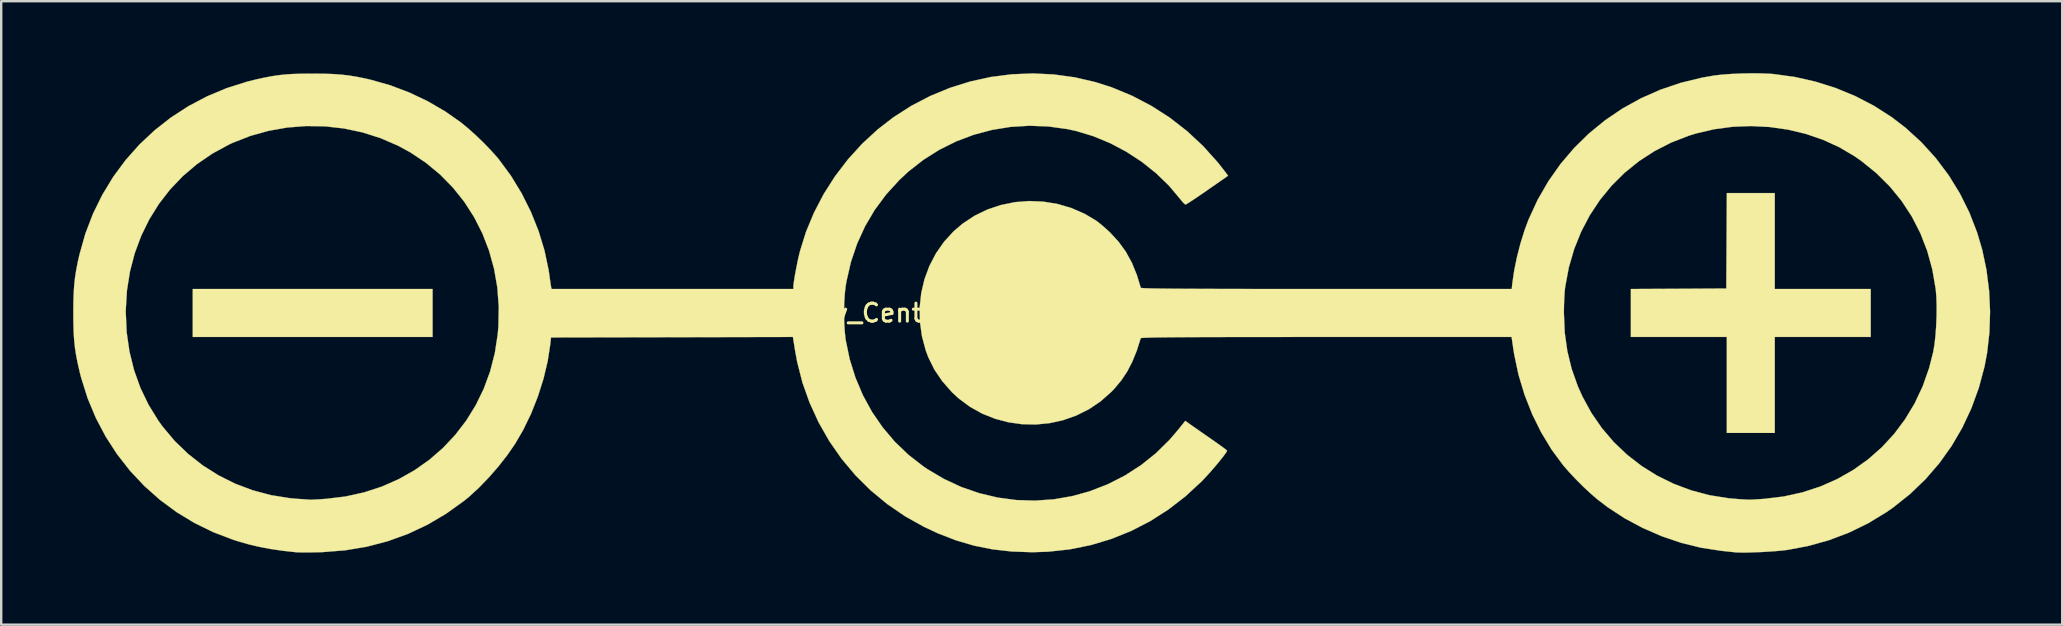
<source format=kicad_pcb>
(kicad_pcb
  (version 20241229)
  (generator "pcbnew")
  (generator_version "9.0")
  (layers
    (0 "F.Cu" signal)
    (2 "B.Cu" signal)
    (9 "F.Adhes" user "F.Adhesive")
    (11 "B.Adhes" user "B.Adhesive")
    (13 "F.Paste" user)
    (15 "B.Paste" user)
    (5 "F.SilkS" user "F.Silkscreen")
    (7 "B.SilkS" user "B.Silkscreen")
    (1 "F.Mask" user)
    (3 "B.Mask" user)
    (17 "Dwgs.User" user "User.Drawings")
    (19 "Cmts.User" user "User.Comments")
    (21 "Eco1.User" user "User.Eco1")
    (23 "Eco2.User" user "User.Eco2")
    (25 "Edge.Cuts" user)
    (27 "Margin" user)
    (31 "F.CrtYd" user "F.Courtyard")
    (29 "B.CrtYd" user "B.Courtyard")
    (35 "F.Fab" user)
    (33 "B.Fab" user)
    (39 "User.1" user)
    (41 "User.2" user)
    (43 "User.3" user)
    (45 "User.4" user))
  (footprint "Polarity_Center_Positive_20mm_SilkScreen"
    (layer "F.Cu")
    (at 39.915 9.99)
    (property "Reference" "Polarity_Center_Positive_20mm_SilkScreen" (at 0 0 0) (layer "F.SilkS") (effects (font (size 0.75 0.75) (thickness 0.125))))
    (attr exclude_from_pos_files exclude_from_bom allow_missing_courtyard)
    (fp_poly (pts (xy -24.942 0.999) (xy -34.935 0.999) (xy -34.935 -0.999) (xy -24.942 -0.999) (xy -24.942 0.999)) (stroke (width 0.01) (type solid)) (fill yes) (layer "F.SilkS"))
    (fp_poly (pts (xy 30.98 -0.999) (xy 34.977 -0.999) (xy 34.977 0.999) (xy 30.98 0.999) (xy 30.98 4.997) (xy 28.981 4.997) (xy 28.981 0.999) (xy 24.984 0.999) (xy 24.984 -0.999) (xy 26.972 -1.009) (xy 28.96 -1.02) (xy 28.971 -3.008) (xy 28.982 -4.997) (xy 30.98 -4.997) (xy 30.98 -0.999)) (stroke (width 0.01) (type solid)) (fill yes) (layer "F.SilkS"))
    (fp_poly (pts (xy 30.382 -9.983) (xy 30.744 -9.969) (xy 30.92 -9.956) (xy 31.808 -9.835) (xy 32.68 -9.638) (xy 33.527 -9.37) (xy 34.344 -9.032) (xy 35.121 -8.627) (xy 35.852 -8.159) (xy 36.434 -7.712) (xy 37.094 -7.108) (xy 37.691 -6.449) (xy 38.224 -5.74) (xy 38.69 -4.984) (xy 39.087 -4.187) (xy 39.411 -3.352) (xy 39.621 -2.644) (xy 39.799 -1.8) (xy 39.909 -0.933) (xy 39.95 -0.058) (xy 39.923 0.811) (xy 39.827 1.66) (xy 39.721 2.223) (xy 39.483 3.113) (xy 39.174 3.964) (xy 38.795 4.774) (xy 38.349 5.539) (xy 37.837 6.256) (xy 37.262 6.923) (xy 36.626 7.535) (xy 35.931 8.09) (xy 35.638 8.295) (xy 34.87 8.761) (xy 34.069 9.152) (xy 33.232 9.469) (xy 32.358 9.711) (xy 31.509 9.871) (xy 31.296 9.897) (xy 31.032 9.921) (xy 30.736 9.942) (xy 30.425 9.96) (xy 30.117 9.972) (xy 29.83 9.98) (xy 29.581 9.981) (xy 29.387 9.976) (xy 29.314 9.97) (xy 29.211 9.958) (xy 29.05 9.941) (xy 28.858 9.921) (xy 28.731 9.907) (xy 27.908 9.781) (xy 27.084 9.578) (xy 26.271 9.302) (xy 25.481 8.959) (xy 24.724 8.554) (xy 24.015 8.091) (xy 23.589 7.765) (xy 23.317 7.531) (xy 23.019 7.254) (xy 22.718 6.955) (xy 22.437 6.658) (xy 22.196 6.384) (xy 22.168 6.35) (xy 21.682 5.693) (xy 21.249 4.978) (xy 20.872 4.215) (xy 20.556 3.413) (xy 20.305 2.582) (xy 20.124 1.732) (xy 20.089 1.509) (xy 20.014 0.999) (xy 12.296 0.999) (xy 11.32 0.999) (xy 10.425 1) (xy 9.608 1) (xy 8.864 1.001) (xy 8.192 1.002) (xy 7.588 1.004) (xy 7.049 1.005) (xy 6.572 1.007) (xy 6.155 1.01) (xy 5.793 1.012) (xy 5.485 1.016) (xy 5.227 1.019) (xy 5.016 1.023) (xy 4.849 1.028) (xy 4.724 1.033) (xy 4.636 1.038) (xy 4.584 1.044) (xy 4.563 1.051) (xy 4.563 1.051) (xy 4.395 1.578) (xy 4.209 2.036) (xy 3.998 2.442) (xy 3.752 2.81) (xy 3.464 3.155) (xy 3.333 3.291) (xy 2.885 3.687) (xy 2.397 4.014) (xy 1.876 4.274) (xy 1.33 4.466) (xy 0.767 4.59) (xy 0.193 4.646) (xy -0.382 4.634) (xy -0.953 4.554) (xy -1.51 4.406) (xy -2.047 4.191) (xy -2.556 3.907) (xy -3.029 3.555) (xy -3.303 3.301) (xy -3.707 2.842) (xy -4.034 2.359) (xy -4.289 1.843) (xy -4.393 1.565) (xy -4.554 0.964) (xy -4.637 0.358) (xy -4.642 0.014) (xy 22.194 0.014) (xy 22.229 0.82) (xy 22.337 1.589) (xy 22.518 2.331) (xy 22.775 3.054) (xy 22.964 3.477) (xy 23.34 4.164) (xy 23.779 4.801) (xy 24.277 5.384) (xy 24.831 5.91) (xy 25.435 6.377) (xy 26.085 6.782) (xy 26.776 7.121) (xy 27.505 7.393) (xy 28.267 7.594) (xy 29.058 7.72) (xy 29.522 7.759) (xy 29.672 7.767) (xy 29.804 7.775) (xy 29.855 7.778) (xy 29.935 7.778) (xy 30.078 7.773) (xy 30.266 7.762) (xy 30.481 7.748) (xy 30.529 7.745) (xy 31.346 7.647) (xy 32.131 7.474) (xy 32.879 7.23) (xy 33.587 6.917) (xy 34.252 6.539) (xy 34.87 6.098) (xy 35.438 5.597) (xy 35.953 5.04) (xy 36.41 4.428) (xy 36.808 3.766) (xy 37.142 3.056) (xy 37.409 2.301) (xy 37.581 1.624) (xy 37.634 1.311) (xy 37.676 0.939) (xy 37.705 0.531) (xy 37.722 0.11) (xy 37.724 -0.301) (xy 37.712 -0.679) (xy 37.686 -0.988) (xy 37.546 -1.803) (xy 37.333 -2.581) (xy 37.048 -3.318) (xy 36.692 -4.014) (xy 36.267 -4.665) (xy 35.773 -5.271) (xy 35.213 -5.827) (xy 34.587 -6.333) (xy 34.311 -6.526) (xy 33.674 -6.903) (xy 32.993 -7.215) (xy 32.276 -7.461) (xy 31.531 -7.639) (xy 30.768 -7.748) (xy 29.995 -7.788) (xy 29.221 -7.758) (xy 28.454 -7.656) (xy 27.702 -7.481) (xy 27.399 -7.387) (xy 26.659 -7.099) (xy 25.964 -6.742) (xy 25.317 -6.322) (xy 24.722 -5.841) (xy 24.181 -5.303) (xy 23.697 -4.713) (xy 23.274 -4.075) (xy 22.915 -3.391) (xy 22.623 -2.667) (xy 22.401 -1.905) (xy 22.252 -1.111) (xy 22.237 -1) (xy 22.222 -0.829) (xy 22.209 -0.601) (xy 22.199 -0.341) (xy 22.194 -0.075) (xy 22.194 0.014) (xy -4.642 0.014) (xy -4.646 -0.245) (xy -4.581 -0.838) (xy -4.445 -1.414) (xy -4.239 -1.966) (xy -3.967 -2.487) (xy -3.63 -2.969) (xy -3.231 -3.405) (xy -2.86 -3.721) (xy -2.36 -4.051) (xy -1.824 -4.311) (xy -1.26 -4.5) (xy -0.678 -4.618) (xy -0.084 -4.664) (xy 0.511 -4.638) (xy 1.101 -4.541) (xy 1.676 -4.372) (xy 2.228 -4.131) (xy 2.686 -3.86) (xy 2.823 -3.758) (xy 2.993 -3.617) (xy 3.171 -3.46) (xy 3.279 -3.359) (xy 3.639 -2.969) (xy 3.942 -2.552) (xy 4.194 -2.093) (xy 4.403 -1.581) (xy 4.564 -1.051) (xy 4.581 -1.045) (xy 4.629 -1.039) (xy 4.712 -1.033) (xy 4.833 -1.028) (xy 4.994 -1.024) (xy 5.2 -1.02) (xy 5.452 -1.016) (xy 5.754 -1.013) (xy 6.108 -1.01) (xy 6.519 -1.008) (xy 6.988 -1.006) (xy 7.519 -1.004) (xy 8.115 -1.002) (xy 8.779 -1.001) (xy 9.513 -1) (xy 10.322 -1) (xy 11.207 -0.999) (xy 12.172 -0.999) (xy 12.299 -0.999) (xy 20.02 -0.999) (xy 20.049 -1.26) (xy 20.125 -1.782) (xy 20.241 -2.342) (xy 20.388 -2.911) (xy 20.559 -3.458) (xy 20.72 -3.889) (xy 21.098 -4.71) (xy 21.543 -5.482) (xy 22.05 -6.203) (xy 22.617 -6.87) (xy 23.239 -7.48) (xy 23.913 -8.031) (xy 24.636 -8.521) (xy 25.405 -8.945) (xy 26.216 -9.303) (xy 27.065 -9.59) (xy 27.949 -9.805) (xy 28.455 -9.893) (xy 28.774 -9.93) (xy 29.151 -9.958) (xy 29.561 -9.977) (xy 29.98 -9.985) (xy 30.382 -9.983)) (stroke (width 0.01) (type solid)) (fill yes) (layer "F.SilkS"))
    (fp_poly (pts (xy 0.941 -9.938) (xy 1.813 -9.819) (xy 2.673 -9.62) (xy 3.352 -9.403) (xy 4.199 -9.052) (xy 5.008 -8.629) (xy 5.775 -8.136) (xy 6.494 -7.577) (xy 7.164 -6.953) (xy 7.778 -6.269) (xy 8.092 -5.868) (xy 8.202 -5.718) (xy 7.34 -5.118) (xy 7.102 -4.954) (xy 6.886 -4.807) (xy 6.701 -4.684) (xy 6.556 -4.59) (xy 6.462 -4.533) (xy 6.429 -4.518) (xy 6.381 -4.549) (xy 6.302 -4.63) (xy 6.211 -4.743) (xy 5.738 -5.306) (xy 5.2 -5.826) (xy 4.606 -6.299) (xy 3.968 -6.716) (xy 3.294 -7.073) (xy 2.595 -7.363) (xy 1.88 -7.58) (xy 1.516 -7.66) (xy 0.719 -7.771) (xy -0.076 -7.801) (xy -0.863 -7.753) (xy -1.637 -7.627) (xy -2.392 -7.426) (xy -3.122 -7.151) (xy -3.821 -6.804) (xy -4.485 -6.386) (xy -5.107 -5.901) (xy -5.497 -5.538) (xy -6.046 -4.935) (xy -6.522 -4.293) (xy -6.924 -3.61) (xy -7.254 -2.887) (xy -7.512 -2.124) (xy -7.697 -1.319) (xy -7.73 -1.124) (xy -7.767 -0.803) (xy -7.79 -0.428) (xy -7.798 -0.024) (xy -7.792 0.38) (xy -7.771 0.76) (xy -7.735 1.087) (xy -7.731 1.119) (xy -7.564 1.922) (xy -7.324 2.693) (xy -7.013 3.427) (xy -6.634 4.12) (xy -6.189 4.767) (xy -5.682 5.365) (xy -5.115 5.909) (xy -4.49 6.395) (xy -4.33 6.503) (xy -3.636 6.914) (xy -2.913 7.25) (xy -2.166 7.508) (xy -1.402 7.69) (xy -0.626 7.794) (xy 0.156 7.818) (xy 0.939 7.764) (xy 1.717 7.629) (xy 2.433 7.43) (xy 3.187 7.138) (xy 3.902 6.773) (xy 4.574 6.341) (xy 5.197 5.842) (xy 5.767 5.281) (xy 6.109 4.881) (xy 6.419 4.494) (xy 6.613 4.633) (xy 6.709 4.701) (xy 6.859 4.806) (xy 7.048 4.938) (xy 7.262 5.087) (xy 7.485 5.241) (xy 7.692 5.386) (xy 7.873 5.515) (xy 8.019 5.622) (xy 8.118 5.697) (xy 8.16 5.734) (xy 8.161 5.736) (xy 8.135 5.793) (xy 8.061 5.899) (xy 7.95 6.044) (xy 7.811 6.217) (xy 7.653 6.405) (xy 7.486 6.599) (xy 7.318 6.785) (xy 7.16 6.954) (xy 7.101 7.015) (xy 6.426 7.64) (xy 5.709 8.193) (xy 4.954 8.675) (xy 4.163 9.082) (xy 3.34 9.414) (xy 2.488 9.67) (xy 1.609 9.848) (xy 0.709 9.946) (xy 0.042 9.968) (xy -0.807 9.938) (xy -1.61 9.848) (xy -2.382 9.694) (xy -3.138 9.472) (xy -3.892 9.179) (xy -4.466 8.911) (xy -5.256 8.47) (xy -5.998 7.962) (xy -6.689 7.391) (xy -7.325 6.76) (xy -7.901 6.074) (xy -8.415 5.335) (xy -8.862 4.55) (xy -9.236 3.732) (xy -9.531 2.902) (xy -9.749 2.05) (xy -9.836 1.58) (xy -9.929 0.999) (xy -14.969 1.01) (xy -20.008 1.02) (xy -20.039 1.312) (xy -20.148 2.017) (xy -20.322 2.745) (xy -20.554 3.476) (xy -20.836 4.189) (xy -21.162 4.865) (xy -21.506 5.455) (xy -21.829 5.923) (xy -22.2 6.396) (xy -22.6 6.855) (xy -23.014 7.283) (xy -23.425 7.66) (xy -23.622 7.821) (xy -24.368 8.357) (xy -25.146 8.817) (xy -25.957 9.2) (xy -26.8 9.506) (xy -27.674 9.736) (xy -28.58 9.888) (xy -29.518 9.963) (xy -29.71 9.969) (xy -29.964 9.974) (xy -30.201 9.976) (xy -30.404 9.975) (xy -30.554 9.973) (xy -30.626 9.969) (xy -31.19 9.906) (xy -31.693 9.833) (xy -32.153 9.746) (xy -32.594 9.642) (xy -33.035 9.516) (xy -33.249 9.448) (xy -34.078 9.133) (xy -34.867 8.747) (xy -35.613 8.294) (xy -36.311 7.777) (xy -36.958 7.201) (xy -37.551 6.569) (xy -38.086 5.885) (xy -38.56 5.153) (xy -38.97 4.376) (xy -39.312 3.559) (xy -39.582 2.704) (xy -39.637 2.49) (xy -39.722 2.121) (xy -39.789 1.791) (xy -39.838 1.478) (xy -39.873 1.162) (xy -39.895 0.824) (xy -39.907 0.444) (xy -39.91 0) (xy -39.91 -0.021) (xy -37.725 -0.021) (xy -37.687 0.806) (xy -37.571 1.608) (xy -37.38 2.381) (xy -37.115 3.121) (xy -36.776 3.825) (xy -36.365 4.49) (xy -36.19 4.733) (xy -35.686 5.333) (xy -35.126 5.873) (xy -34.515 6.352) (xy -33.859 6.766) (xy -33.164 7.113) (xy -32.434 7.388) (xy -31.676 7.59) (xy -30.895 7.715) (xy -30.584 7.743) (xy -30.389 7.756) (xy -30.219 7.768) (xy -30.095 7.776) (xy -30.043 7.78) (xy -29.972 7.779) (xy -29.836 7.773) (xy -29.653 7.762) (xy -29.44 7.748) (xy -29.379 7.744) (xy -28.569 7.646) (xy -27.792 7.474) (xy -27.05 7.232) (xy -26.347 6.921) (xy -25.687 6.548) (xy -25.072 6.113) (xy -24.507 5.622) (xy -23.995 5.077) (xy -23.539 4.483) (xy -23.143 3.842) (xy -22.81 3.158) (xy -22.544 2.434) (xy -22.349 1.674) (xy -22.227 0.881) (xy -22.199 0.562) (xy -22.184 -0.263) (xy -22.245 -1.067) (xy -22.381 -1.846) (xy -22.589 -2.596) (xy -22.866 -3.313) (xy -23.211 -3.993) (xy -23.621 -4.632) (xy -24.095 -5.225) (xy -24.629 -5.769) (xy -25.221 -6.259) (xy -25.869 -6.691) (xy -26.379 -6.969) (xy -27.104 -7.283) (xy -27.857 -7.523) (xy -28.631 -7.687) (xy -29.417 -7.776) (xy -30.209 -7.789) (xy -30.998 -7.727) (xy -31.777 -7.589) (xy -32.539 -7.376) (xy -33.275 -7.087) (xy -33.427 -7.016) (xy -34.121 -6.639) (xy -34.762 -6.199) (xy -35.348 -5.701) (xy -35.875 -5.15) (xy -36.341 -4.549) (xy -36.745 -3.902) (xy -37.082 -3.214) (xy -37.352 -2.488) (xy -37.55 -1.73) (xy -37.675 -0.942) (xy -37.725 -0.13) (xy -37.725 -0.021) (xy -39.91 -0.021) (xy -39.907 -0.443) (xy -39.895 -0.824) (xy -39.873 -1.162) (xy -39.839 -1.477) (xy -39.79 -1.791) (xy -39.725 -2.123) (xy -39.654 -2.436) (xy -39.409 -3.303) (xy -39.091 -4.133) (xy -38.703 -4.922) (xy -38.25 -5.668) (xy -37.735 -6.366) (xy -37.16 -7.013) (xy -36.53 -7.605) (xy -35.848 -8.141) (xy -35.117 -8.615) (xy -34.341 -9.025) (xy -33.524 -9.367) (xy -32.667 -9.638) (xy -32.27 -9.736) (xy -31.928 -9.81) (xy -31.626 -9.867) (xy -31.342 -9.909) (xy -31.059 -9.939) (xy -30.756 -9.958) (xy -30.413 -9.968) (xy -30.011 -9.972) (xy -29.918 -9.972) (xy -29.472 -9.968) (xy -29.088 -9.955) (xy -28.746 -9.931) (xy -28.424 -9.894) (xy -28.103 -9.842) (xy -27.761 -9.773) (xy -27.526 -9.719) (xy -26.713 -9.489) (xy -25.912 -9.186) (xy -25.139 -8.819) (xy -24.407 -8.392) (xy -23.77 -7.945) (xy -23.467 -7.697) (xy -23.141 -7.404) (xy -22.813 -7.089) (xy -22.506 -6.771) (xy -22.24 -6.472) (xy -22.174 -6.392) (xy -21.673 -5.711) (xy -21.229 -4.981) (xy -20.845 -4.212) (xy -20.526 -3.415) (xy -20.279 -2.604) (xy -20.107 -1.789) (xy -20.071 -1.541) (xy -20.047 -1.366) (xy -20.025 -1.214) (xy -20.008 -1.111) (xy -20.005 -1.093) (xy -19.985 -0.999) (xy -9.91 -0.999) (xy -9.91 -1.098) (xy -9.901 -1.206) (xy -9.877 -1.376) (xy -9.842 -1.59) (xy -9.797 -1.83) (xy -9.748 -2.077) (xy -9.698 -2.313) (xy -9.649 -2.519) (xy -9.64 -2.556) (xy -9.384 -3.379) (xy -9.05 -4.181) (xy -8.645 -4.957) (xy -8.171 -5.699) (xy -7.636 -6.399) (xy -7.043 -7.051) (xy -6.397 -7.647) (xy -5.744 -8.152) (xy -4.991 -8.634) (xy -4.202 -9.044) (xy -3.384 -9.381) (xy -2.543 -9.644) (xy -1.684 -9.832) (xy -0.813 -9.944) (xy 0.064 -9.98) (xy 0.941 -9.938)) (stroke (width 0.01) (type solid)) (fill yes) (layer "F.SilkS")))
  (gr_rect
    (start -3 -3)
    (end 82.87 22.977)
    (stroke (width 0.1) (type default))
    (fill no)
    (layer "Edge.Cuts")))
</source>
